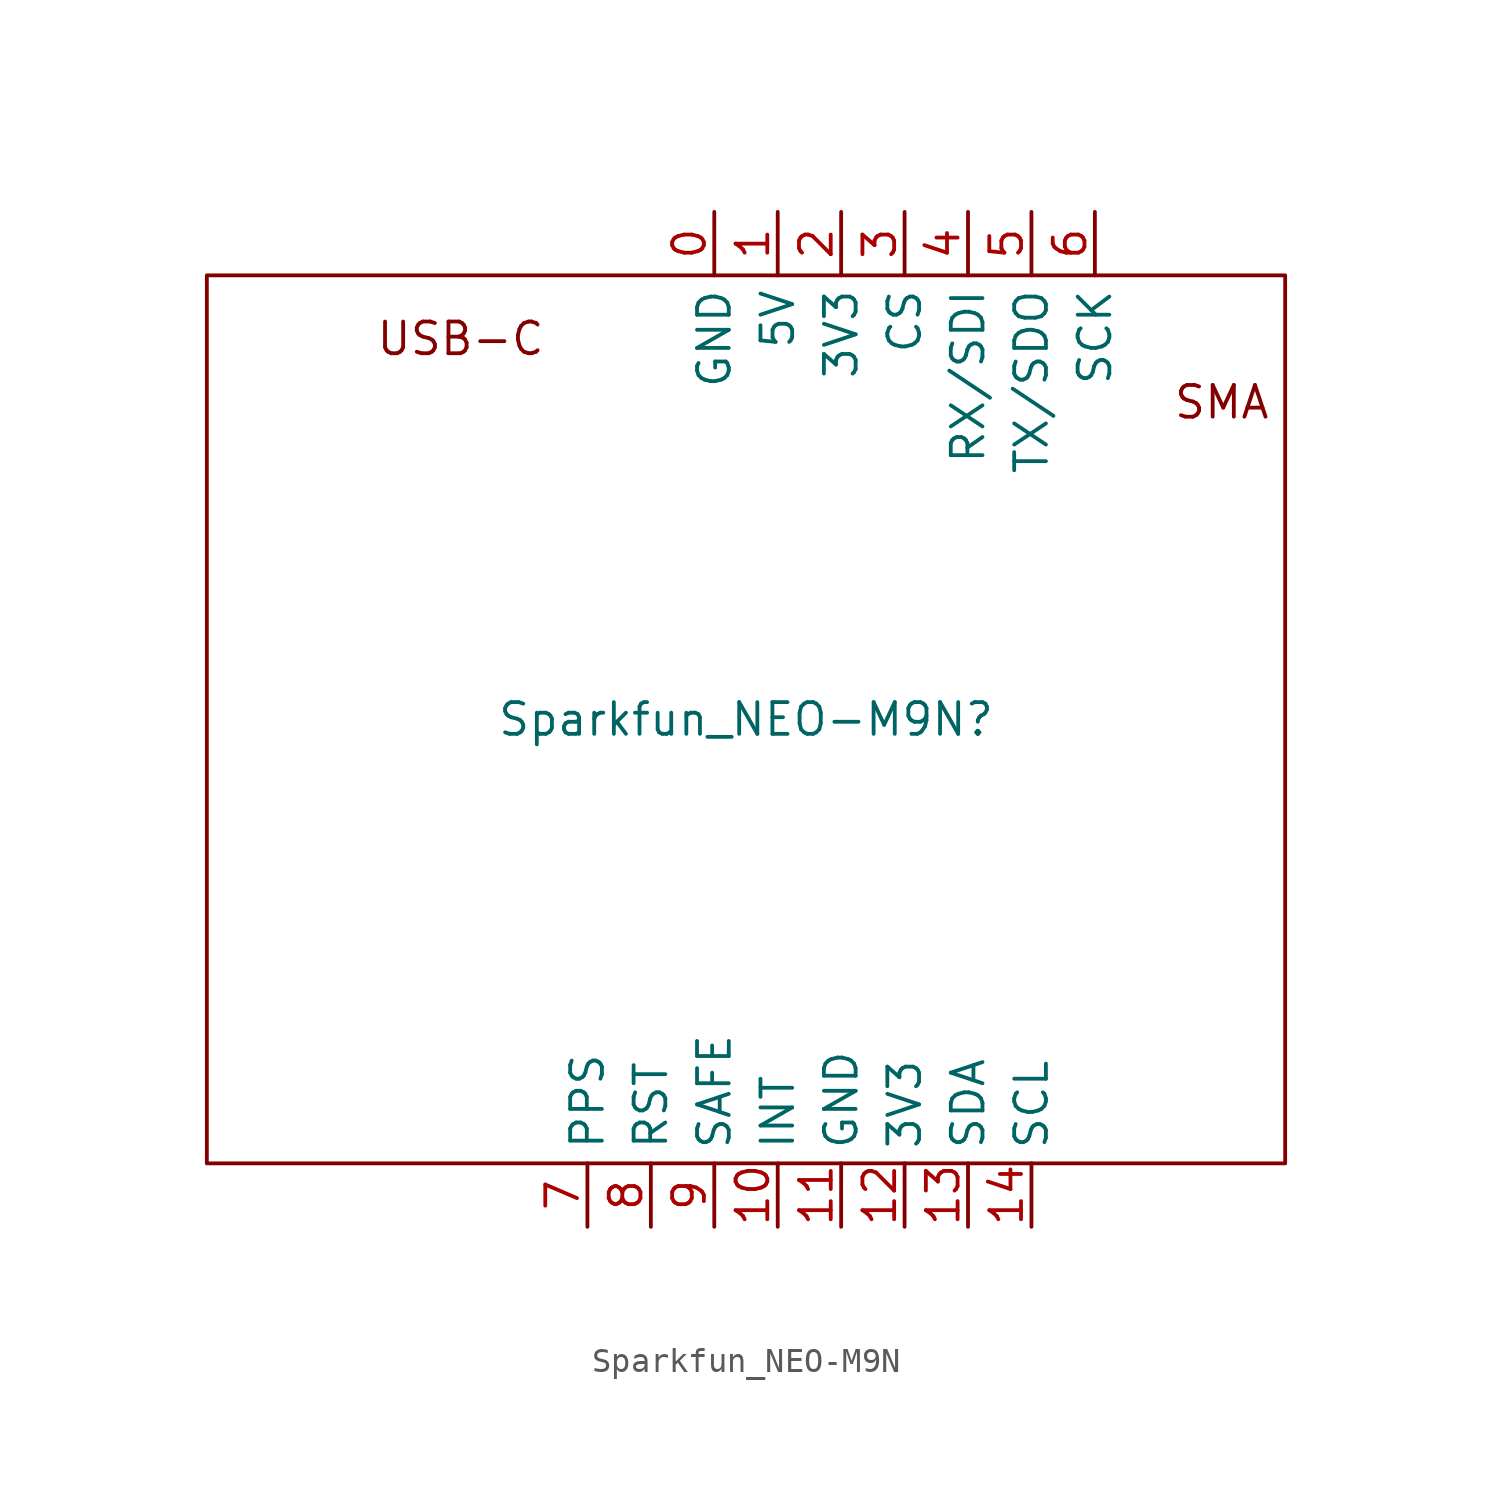
<source format=kicad_sym>
(kicad_symbol_lib
  (version 20220914)
  (generator kicad_symbol_editor)
  (symbol "Sparkfun_NEO-M9N"
    (property "Reference" "Sparkfun_NEO-M9N"
      (at 0 0 0)
      (effects (font (size 1.27 1.27))))
    (property "Value" ""
      (at 0 0 0)
      (effects (font (size 1.27 1.27))))
    (symbol "Sparkfun_NEO-M9N_0_1"
      (rectangle (start -21.59 17.78) (end 21.59 -17.78) (stroke (width 0) (type default)) (fill (type none))))
    (symbol "Sparkfun_NEO-M9N_1_1"
      (text "SMA" (at 19.05 12.7 0) (effects (font (size 1.27 1.27))))
      (text "USB-C" (at -11.43 15.24 0) (effects (font (size 1.27 1.27))))
      (pin input line (at -1.27 20.32 270) (length 2.54) (name "GND" (effects (font (size 1.27 1.27)))) (number "0" (effects (font (size 1.27 1.27)))))
      (pin input line (at 1.27 20.32 270) (length 2.54) (name "5V" (effects (font (size 1.27 1.27)))) (number "1" (effects (font (size 1.27 1.27)))))
      (pin input line (at 1.27 -20.32 90) (length 2.54) (name "INT" (effects (font (size 1.27 1.27)))) (number "10" (effects (font (size 1.27 1.27)))))
      (pin input line (at 3.81 -20.32 90) (length 2.54) (name "GND" (effects (font (size 1.27 1.27)))) (number "11" (effects (font (size 1.27 1.27)))))
      (pin input line (at 6.35 -20.32 90) (length 2.54) (name "3V3" (effects (font (size 1.27 1.27)))) (number "12" (effects (font (size 1.27 1.27)))))
      (pin input line (at 8.89 -20.32 90) (length 2.54) (name "SDA" (effects (font (size 1.27 1.27)))) (number "13" (effects (font (size 1.27 1.27)))))
      (pin input line (at 11.43 -20.32 90) (length 2.54) (name "SCL" (effects (font (size 1.27 1.27)))) (number "14" (effects (font (size 1.27 1.27)))))
      (pin input line (at 3.81 20.32 270) (length 2.54) (name "3V3" (effects (font (size 1.27 1.27)))) (number "2" (effects (font (size 1.27 1.27)))))
      (pin input line (at 6.35 20.32 270) (length 2.54) (name "CS" (effects (font (size 1.27 1.27)))) (number "3" (effects (font (size 1.27 1.27)))))
      (pin input line (at 8.89 20.32 270) (length 2.54) (name "RX/SDI" (effects (font (size 1.27 1.27)))) (number "4" (effects (font (size 1.27 1.27)))))
      (pin input line (at 11.43 20.32 270) (length 2.54) (name "TX/SDO" (effects (font (size 1.27 1.27)))) (number "5" (effects (font (size 1.27 1.27)))))
      (pin input line (at 13.97 20.32 270) (length 2.54) (name "SCK" (effects (font (size 1.27 1.27)))) (number "6" (effects (font (size 1.27 1.27)))))
      (pin input line (at -6.35 -20.32 90) (length 2.54) (name "PPS" (effects (font (size 1.27 1.27)))) (number "7" (effects (font (size 1.27 1.27)))))
      (pin input line (at -3.81 -20.32 90) (length 2.54) (name "RST" (effects (font (size 1.27 1.27)))) (number "8" (effects (font (size 1.27 1.27)))))
      (pin input line (at -1.27 -20.32 90) (length 2.54) (name "SAFE" (effects (font (size 1.27 1.27)))) (number "9" (effects (font (size 1.27 1.27))))))))
</source>
